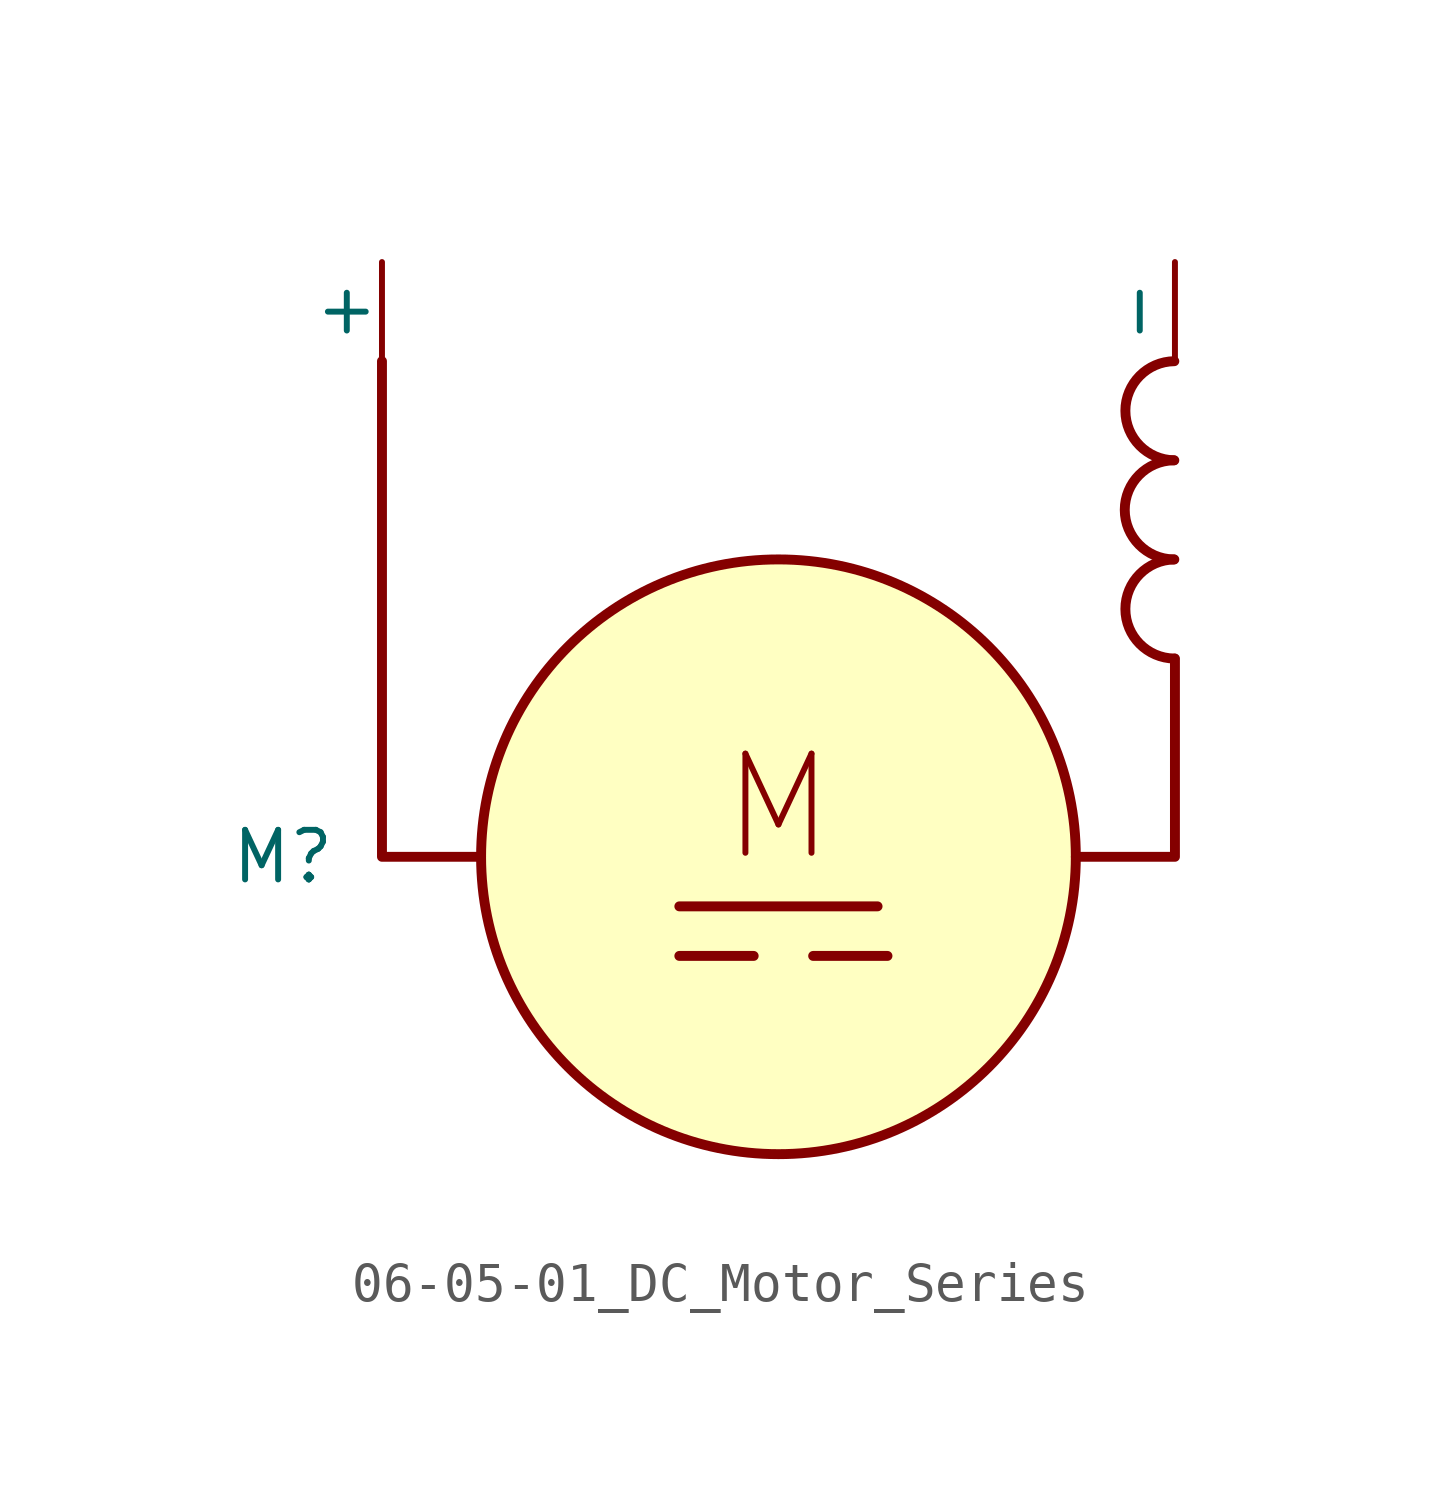
<source format=kicad_sym>
(kicad_symbol_lib
  (version 20201005)
  (generator kicad_symbol_editor)
  (symbol "Symbol_IEC_60617-6:06-05-01_DC_Motor_Series"
    (pin_numbers hide)
    (pin_names
      (offset 0))
    (property "Reference" "M"
      (at -12.7 0 0)
      (effects (font (size 1.27 1.27))))
    (symbol "06-05-01_DC_Motor_Series_0_1"
      (arc (start 10.1441 5.08) (end 10.1441 7.62) (radius (at 10.16 6.35) (length 1.2701) (angles -90.7 90.7)) (stroke (width 0.254)) (fill (type none)))
      (arc (start 10.1282 7.62) (end 10.1282 10.16) (radius (at 10.1441 8.89) (length 1.2701) (angles -90.7 90.7)) (stroke (width 0.254)) (fill (type none)))
      (arc (start 10.1441 10.16) (end 10.1441 12.7) (radius (at 10.16 11.43) (length 1.2701) (angles -90.7 90.7)) (stroke (width 0.254)) (fill (type none)))
      (circle (center 0 0) (radius 7.62) (stroke (width 0.254)) (fill (type background)))
      (polyline (pts (xy 10.16 5.08) (xy 10.16 0) (xy 7.62 0)) (stroke (width 0.254)) (fill (type none)))
      (polyline (pts (xy -7.62 0) (xy -10.16 0) (xy -10.16 12.7)) (stroke (width 0.254)) (fill (type none)))
      (polyline (pts (xy -2.54 -1.27) (xy 2.54 -1.27)) (stroke (width 0.254)) (fill (type none)))
      (polyline (pts (xy -2.54 -2.54) (xy -0.635 -2.54)) (stroke (width 0.254)) (fill (type none)))
      (polyline (pts (xy 0.889 -2.54) (xy 2.794 -2.54)) (stroke (width 0.254)) (fill (type none))))
    (symbol "06-05-01_DC_Motor_Series_1_1"
      (text "M" (at 0 1.27 0) (effects (font (size 2.54 2.54))))
      (pin passive line (at -10.16 15.24 270) (length 2.54) (name "+" (effects (font (size 1.27 1.27)))) (number "1" (effects (font (size 1.27 1.27)))))
      (pin passive line (at 10.16 15.24 270) (length 2.54) (name "-" (effects (font (size 1.27 1.27)))) (number "2" (effects (font (size 1.27 1.27))))))))
</source>
